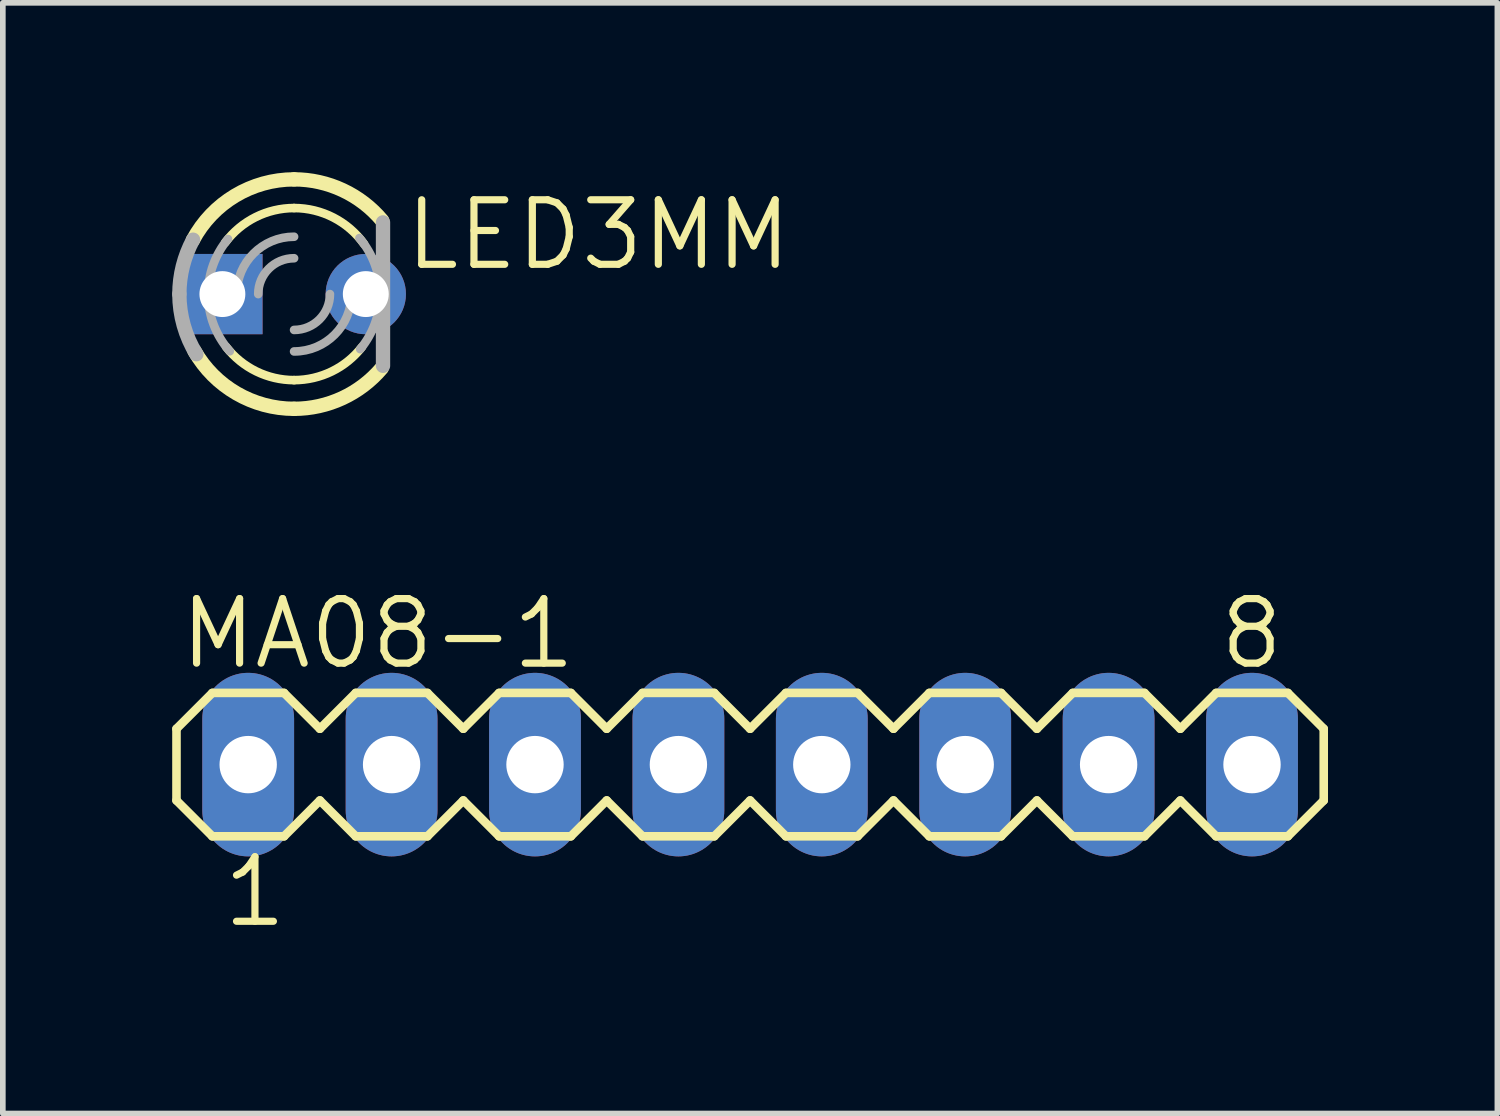
<source format=kicad_pcb>
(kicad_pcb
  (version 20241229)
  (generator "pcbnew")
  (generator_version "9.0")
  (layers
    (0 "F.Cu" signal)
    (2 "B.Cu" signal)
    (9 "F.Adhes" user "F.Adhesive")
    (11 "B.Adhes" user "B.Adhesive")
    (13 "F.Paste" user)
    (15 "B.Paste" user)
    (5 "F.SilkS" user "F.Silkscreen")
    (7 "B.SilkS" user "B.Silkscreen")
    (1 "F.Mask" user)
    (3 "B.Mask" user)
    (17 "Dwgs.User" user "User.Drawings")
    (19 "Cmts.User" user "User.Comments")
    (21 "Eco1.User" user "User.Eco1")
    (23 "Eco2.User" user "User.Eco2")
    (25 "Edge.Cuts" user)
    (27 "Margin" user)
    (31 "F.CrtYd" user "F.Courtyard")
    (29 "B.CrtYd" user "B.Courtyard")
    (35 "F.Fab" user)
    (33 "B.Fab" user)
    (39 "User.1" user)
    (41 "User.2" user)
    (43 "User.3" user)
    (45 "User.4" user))
  (footprint "LED3MM"
    (layer "F.Cu")
    (at 2.159 2.159)
    (property "Reference" "LED3MM" (at 1.905 -0.381 0) (layer "F.SilkS") (effects (font (size 1.143 1.143) (thickness 0.127)) (justify left bottom)))
    (fp_arc (start -1.7929 -0.9562) (mid -1.045438 -1.7424) (end 0 -2.032) (stroke (width 0.254) (type solid)) (layer "F.SilkS"))
    (fp_arc (start -1.2192 -0.9144) (mid -0.681554 -1.363107) (end 0 -1.524) (stroke (width 0.1524) (type solid)) (layer "F.SilkS"))
    (fp_arc (start 0 -2.032) (mid 0.861864 -1.840173) (end 1.561 -1.3009) (stroke (width 0.254) (type solid)) (layer "F.SilkS"))
    (fp_arc (start 0 -1.524) (mid 0.697339 -1.355082) (end 1.2401 -0.885801) (stroke (width 0.1524) (type solid)) (layer "F.SilkS"))
    (fp_arc (start 0 1.524) (mid -0.669593 1.369018) (end -1.203 0.9356) (stroke (width 0.1524) (type solid)) (layer "F.SilkS"))
    (fp_arc (start 0 2.032) (mid -1.019924 1.757525) (end -1.7643 1.0082) (stroke (width 0.254) (type solid)) (layer "F.SilkS"))
    (fp_arc (start 1.203 0.9356) (mid 0.669593 1.369018) (end 0 1.524) (stroke (width 0.1524) (type solid)) (layer "F.SilkS"))
    (fp_arc (start 1.5512 1.3126) (mid 0.854953 1.843405) (end 0 2.032) (stroke (width 0.254) (type solid)) (layer "F.SilkS"))
    (fp_line (start 1.575 1.27) (end 1.575 -1.27) (stroke (width 0.254) (type solid)) (layer "F.Fab"))
    (fp_arc (start -2.032 0) (mid -1.970339 -0.496775) (end -1.7891 -0.9634) (stroke (width 0.254) (type solid)) (layer "F.Fab"))
    (fp_arc (start -1.7306 1.065) (mid -1.95521 0.553417) (end -2.032 0) (stroke (width 0.254) (type solid)) (layer "F.Fab"))
    (fp_arc (start -1.524 0) (mid -1.432981 -0.518783) (end -1.1708 -0.9756) (stroke (width 0.1524) (type solid)) (layer "F.Fab"))
    (fp_arc (start -1.1391 1.0125) (mid -1.42454 0.5416) (end -1.524 0) (stroke (width 0.1524) (type solid)) (layer "F.Fab"))
    (fp_arc (start -1.016 0) (mid -0.71842 -0.71842) (end 0 -1.016) (stroke (width 0.1524) (type solid)) (layer "F.Fab"))
    (fp_arc (start -0.635 0) (mid -0.449013 -0.449013) (end 0 -0.635) (stroke (width 0.1524) (type solid)) (layer "F.Fab"))
    (fp_arc (start 0.635 0) (mid 0.449013 0.449013) (end 0 0.635) (stroke (width 0.1524) (type solid)) (layer "F.Fab"))
    (fp_arc (start 1.016 0) (mid 0.71842 0.71842) (end 0 1.016) (stroke (width 0.1524) (type solid)) (layer "F.Fab"))
    (fp_arc (start 1.1571 -0.9918) (mid 1.429332 -0.528744) (end 1.524 0) (stroke (width 0.1524) (type solid)) (layer "F.Fab"))
    (fp_arc (start 1.524 0) (mid 1.432981 0.518783) (end 1.1708 0.9756) (stroke (width 0.1524) (type solid)) (layer "F.Fab"))
    (pad "A" thru_hole rect (at -1.27 0) (size 1.422 1.422) (drill 0.813) (layers "*.Cu" "*.Mask"))
    (pad "K" thru_hole circle (at 1.27 0) (size 1.422 1.422) (drill 0.813) (layers "*.Cu" "*.Mask")))
  (footprint "MA08-1"
    (layer "F.Cu")
    (at 10.236 10.493)
    (property "Reference" "MA08-1" (at -10.16 -1.651 0) (layer "F.SilkS") (effects (font (size 1.143 1.143) (thickness 0.127)) (justify left bottom)))
    (fp_line (start -10.16 -0.635) (end -10.16 0.635) (stroke (width 0.152) (type solid)) (layer "F.SilkS"))
    (fp_line (start -10.16 0.635) (end -9.525 1.27) (stroke (width 0.152) (type solid)) (layer "F.SilkS"))
    (fp_line (start -9.525 -1.27) (end -10.16 -0.635) (stroke (width 0.152) (type solid)) (layer "F.SilkS"))
    (fp_line (start -9.525 -1.27) (end -8.255 -1.27) (stroke (width 0.152) (type solid)) (layer "F.SilkS"))
    (fp_line (start -8.255 -1.27) (end -7.62 -0.635) (stroke (width 0.152) (type solid)) (layer "F.SilkS"))
    (fp_line (start -8.255 1.27) (end -9.525 1.27) (stroke (width 0.152) (type solid)) (layer "F.SilkS"))
    (fp_line (start -7.62 -0.635) (end -6.985 -1.27) (stroke (width 0.152) (type solid)) (layer "F.SilkS"))
    (fp_line (start -7.62 0.635) (end -8.255 1.27) (stroke (width 0.152) (type solid)) (layer "F.SilkS"))
    (fp_line (start -6.985 -1.27) (end -5.715 -1.27) (stroke (width 0.152) (type solid)) (layer "F.SilkS"))
    (fp_line (start -6.985 1.27) (end -7.62 0.635) (stroke (width 0.152) (type solid)) (layer "F.SilkS"))
    (fp_line (start -5.715 -1.27) (end -5.08 -0.635) (stroke (width 0.152) (type solid)) (layer "F.SilkS"))
    (fp_line (start -5.715 1.27) (end -6.985 1.27) (stroke (width 0.152) (type solid)) (layer "F.SilkS"))
    (fp_line (start -5.08 -0.635) (end -4.445 -1.27) (stroke (width 0.152) (type solid)) (layer "F.SilkS"))
    (fp_line (start -5.08 0.635) (end -5.715 1.27) (stroke (width 0.152) (type solid)) (layer "F.SilkS"))
    (fp_line (start -4.445 -1.27) (end -3.175 -1.27) (stroke (width 0.152) (type solid)) (layer "F.SilkS"))
    (fp_line (start -4.445 1.27) (end -5.08 0.635) (stroke (width 0.152) (type solid)) (layer "F.SilkS"))
    (fp_line (start -3.175 -1.27) (end -2.54 -0.635) (stroke (width 0.152) (type solid)) (layer "F.SilkS"))
    (fp_line (start -3.175 1.27) (end -4.445 1.27) (stroke (width 0.152) (type solid)) (layer "F.SilkS"))
    (fp_line (start -2.54 0.635) (end -3.175 1.27) (stroke (width 0.152) (type solid)) (layer "F.SilkS"))
    (fp_line (start -2.54 0.635) (end -1.905 1.27) (stroke (width 0.152) (type solid)) (layer "F.SilkS"))
    (fp_line (start -1.905 -1.27) (end -2.54 -0.635) (stroke (width 0.152) (type solid)) (layer "F.SilkS"))
    (fp_line (start -1.905 -1.27) (end -0.635 -1.27) (stroke (width 0.152) (type solid)) (layer "F.SilkS"))
    (fp_line (start -0.635 -1.27) (end 0 -0.635) (stroke (width 0.152) (type solid)) (layer "F.SilkS"))
    (fp_line (start -0.635 1.27) (end -1.905 1.27) (stroke (width 0.152) (type solid)) (layer "F.SilkS"))
    (fp_line (start 0 0.635) (end -0.635 1.27) (stroke (width 0.152) (type solid)) (layer "F.SilkS"))
    (fp_line (start 0 0.635) (end 0.635 1.27) (stroke (width 0.152) (type solid)) (layer "F.SilkS"))
    (fp_line (start 0.635 -1.27) (end 0 -0.635) (stroke (width 0.152) (type solid)) (layer "F.SilkS"))
    (fp_line (start 0.635 -1.27) (end 1.905 -1.27) (stroke (width 0.152) (type solid)) (layer "F.SilkS"))
    (fp_line (start 1.905 -1.27) (end 2.54 -0.635) (stroke (width 0.152) (type solid)) (layer "F.SilkS"))
    (fp_line (start 1.905 1.27) (end 0.635 1.27) (stroke (width 0.152) (type solid)) (layer "F.SilkS"))
    (fp_line (start 2.54 -0.635) (end 3.175 -1.27) (stroke (width 0.152) (type solid)) (layer "F.SilkS"))
    (fp_line (start 2.54 0.635) (end 1.905 1.27) (stroke (width 0.152) (type solid)) (layer "F.SilkS"))
    (fp_line (start 3.175 -1.27) (end 4.445 -1.27) (stroke (width 0.152) (type solid)) (layer "F.SilkS"))
    (fp_line (start 3.175 1.27) (end 2.54 0.635) (stroke (width 0.152) (type solid)) (layer "F.SilkS"))
    (fp_line (start 4.445 -1.27) (end 5.08 -0.635) (stroke (width 0.152) (type solid)) (layer "F.SilkS"))
    (fp_line (start 4.445 1.27) (end 3.175 1.27) (stroke (width 0.152) (type solid)) (layer "F.SilkS"))
    (fp_line (start 5.08 -0.635) (end 5.715 -1.27) (stroke (width 0.152) (type solid)) (layer "F.SilkS"))
    (fp_line (start 5.08 0.635) (end 4.445 1.27) (stroke (width 0.152) (type solid)) (layer "F.SilkS"))
    (fp_line (start 5.715 -1.27) (end 6.985 -1.27) (stroke (width 0.152) (type solid)) (layer "F.SilkS"))
    (fp_line (start 5.715 1.27) (end 5.08 0.635) (stroke (width 0.152) (type solid)) (layer "F.SilkS"))
    (fp_line (start 6.985 -1.27) (end 7.62 -0.635) (stroke (width 0.152) (type solid)) (layer "F.SilkS"))
    (fp_line (start 6.985 1.27) (end 5.715 1.27) (stroke (width 0.152) (type solid)) (layer "F.SilkS"))
    (fp_line (start 7.62 0.635) (end 6.985 1.27) (stroke (width 0.152) (type solid)) (layer "F.SilkS"))
    (fp_line (start 7.62 0.635) (end 8.255 1.27) (stroke (width 0.152) (type solid)) (layer "F.SilkS"))
    (fp_line (start 8.255 -1.27) (end 7.62 -0.635) (stroke (width 0.152) (type solid)) (layer "F.SilkS"))
    (fp_line (start 8.255 -1.27) (end 9.525 -1.27) (stroke (width 0.152) (type solid)) (layer "F.SilkS"))
    (fp_line (start 9.525 -1.27) (end 10.16 -0.635) (stroke (width 0.152) (type solid)) (layer "F.SilkS"))
    (fp_line (start 9.525 1.27) (end 8.255 1.27) (stroke (width 0.152) (type solid)) (layer "F.SilkS"))
    (fp_line (start 10.16 -0.635) (end 10.16 0.635) (stroke (width 0.152) (type solid)) (layer "F.SilkS"))
    (fp_line (start 10.16 0.635) (end 9.525 1.27) (stroke (width 0.152) (type solid)) (layer "F.SilkS"))
    (fp_poly (pts (xy -9.144 0.254) (xy -8.636 0.254) (xy -8.636 -0.254) (xy -9.144 -0.254)) (stroke (width 0.1) (type solid)) (fill no) (layer "F.Fab"))
    (fp_poly (pts (xy -6.604 0.254) (xy -6.096 0.254) (xy -6.096 -0.254) (xy -6.604 -0.254)) (stroke (width 0.1) (type solid)) (fill no) (layer "F.Fab"))
    (fp_poly (pts (xy -4.064 0.254) (xy -3.556 0.254) (xy -3.556 -0.254) (xy -4.064 -0.254)) (stroke (width 0.1) (type solid)) (fill no) (layer "F.Fab"))
    (fp_poly (pts (xy -1.524 0.254) (xy -1.016 0.254) (xy -1.016 -0.254) (xy -1.524 -0.254)) (stroke (width 0.1) (type solid)) (fill no) (layer "F.Fab"))
    (fp_poly (pts (xy 1.016 0.254) (xy 1.524 0.254) (xy 1.524 -0.254) (xy 1.016 -0.254)) (stroke (width 0.1) (type solid)) (fill no) (layer "F.Fab"))
    (fp_poly (pts (xy 3.556 0.254) (xy 4.064 0.254) (xy 4.064 -0.254) (xy 3.556 -0.254)) (stroke (width 0.1) (type solid)) (fill no) (layer "F.Fab"))
    (fp_poly (pts (xy 6.096 0.254) (xy 6.604 0.254) (xy 6.604 -0.254) (xy 6.096 -0.254)) (stroke (width 0.1) (type solid)) (fill no) (layer "F.Fab"))
    (fp_poly (pts (xy 8.636 0.254) (xy 9.144 0.254) (xy 9.144 -0.254) (xy 8.636 -0.254)) (stroke (width 0.1) (type solid)) (fill no) (layer "F.Fab"))
    (fp_text user "1" (at -9.398 2.921 0) (layer "F.SilkS") (effects (font (size 1.143 1.143) (thickness 0.127)) (justify left bottom)))
    (fp_text user "8" (at 8.255 -1.651 0) (layer "F.SilkS") (effects (font (size 1.143 1.143) (thickness 0.127)) (justify left bottom)))
    (pad "1" thru_hole oval (at -8.89 0 90) (size 3.251 1.626) (drill 1.016) (layers "*.Cu" "*.Mask"))
    (pad "2" thru_hole oval (at -6.35 0 90) (size 3.251 1.626) (drill 1.016) (layers "*.Cu" "*.Mask"))
    (pad "3" thru_hole oval (at -3.81 0 90) (size 3.251 1.626) (drill 1.016) (layers "*.Cu" "*.Mask"))
    (pad "4" thru_hole oval (at -1.27 0 90) (size 3.251 1.626) (drill 1.016) (layers "*.Cu" "*.Mask"))
    (pad "5" thru_hole oval (at 1.27 0 90) (size 3.251 1.626) (drill 1.016) (layers "*.Cu" "*.Mask"))
    (pad "6" thru_hole oval (at 3.81 0 90) (size 3.251 1.626) (drill 1.016) (layers "*.Cu" "*.Mask"))
    (pad "7" thru_hole oval (at 6.35 0 90) (size 3.251 1.626) (drill 1.016) (layers "*.Cu" "*.Mask"))
    (pad "8" thru_hole oval (at 8.89 0 90) (size 3.251 1.626) (drill 1.016) (layers "*.Cu" "*.Mask")))
  (gr_rect
    (start -3 -3)
    (end 23.472 16.673)
    (stroke (width 0.1) (type default))
    (fill no)
    (layer "Edge.Cuts")))
</source>
